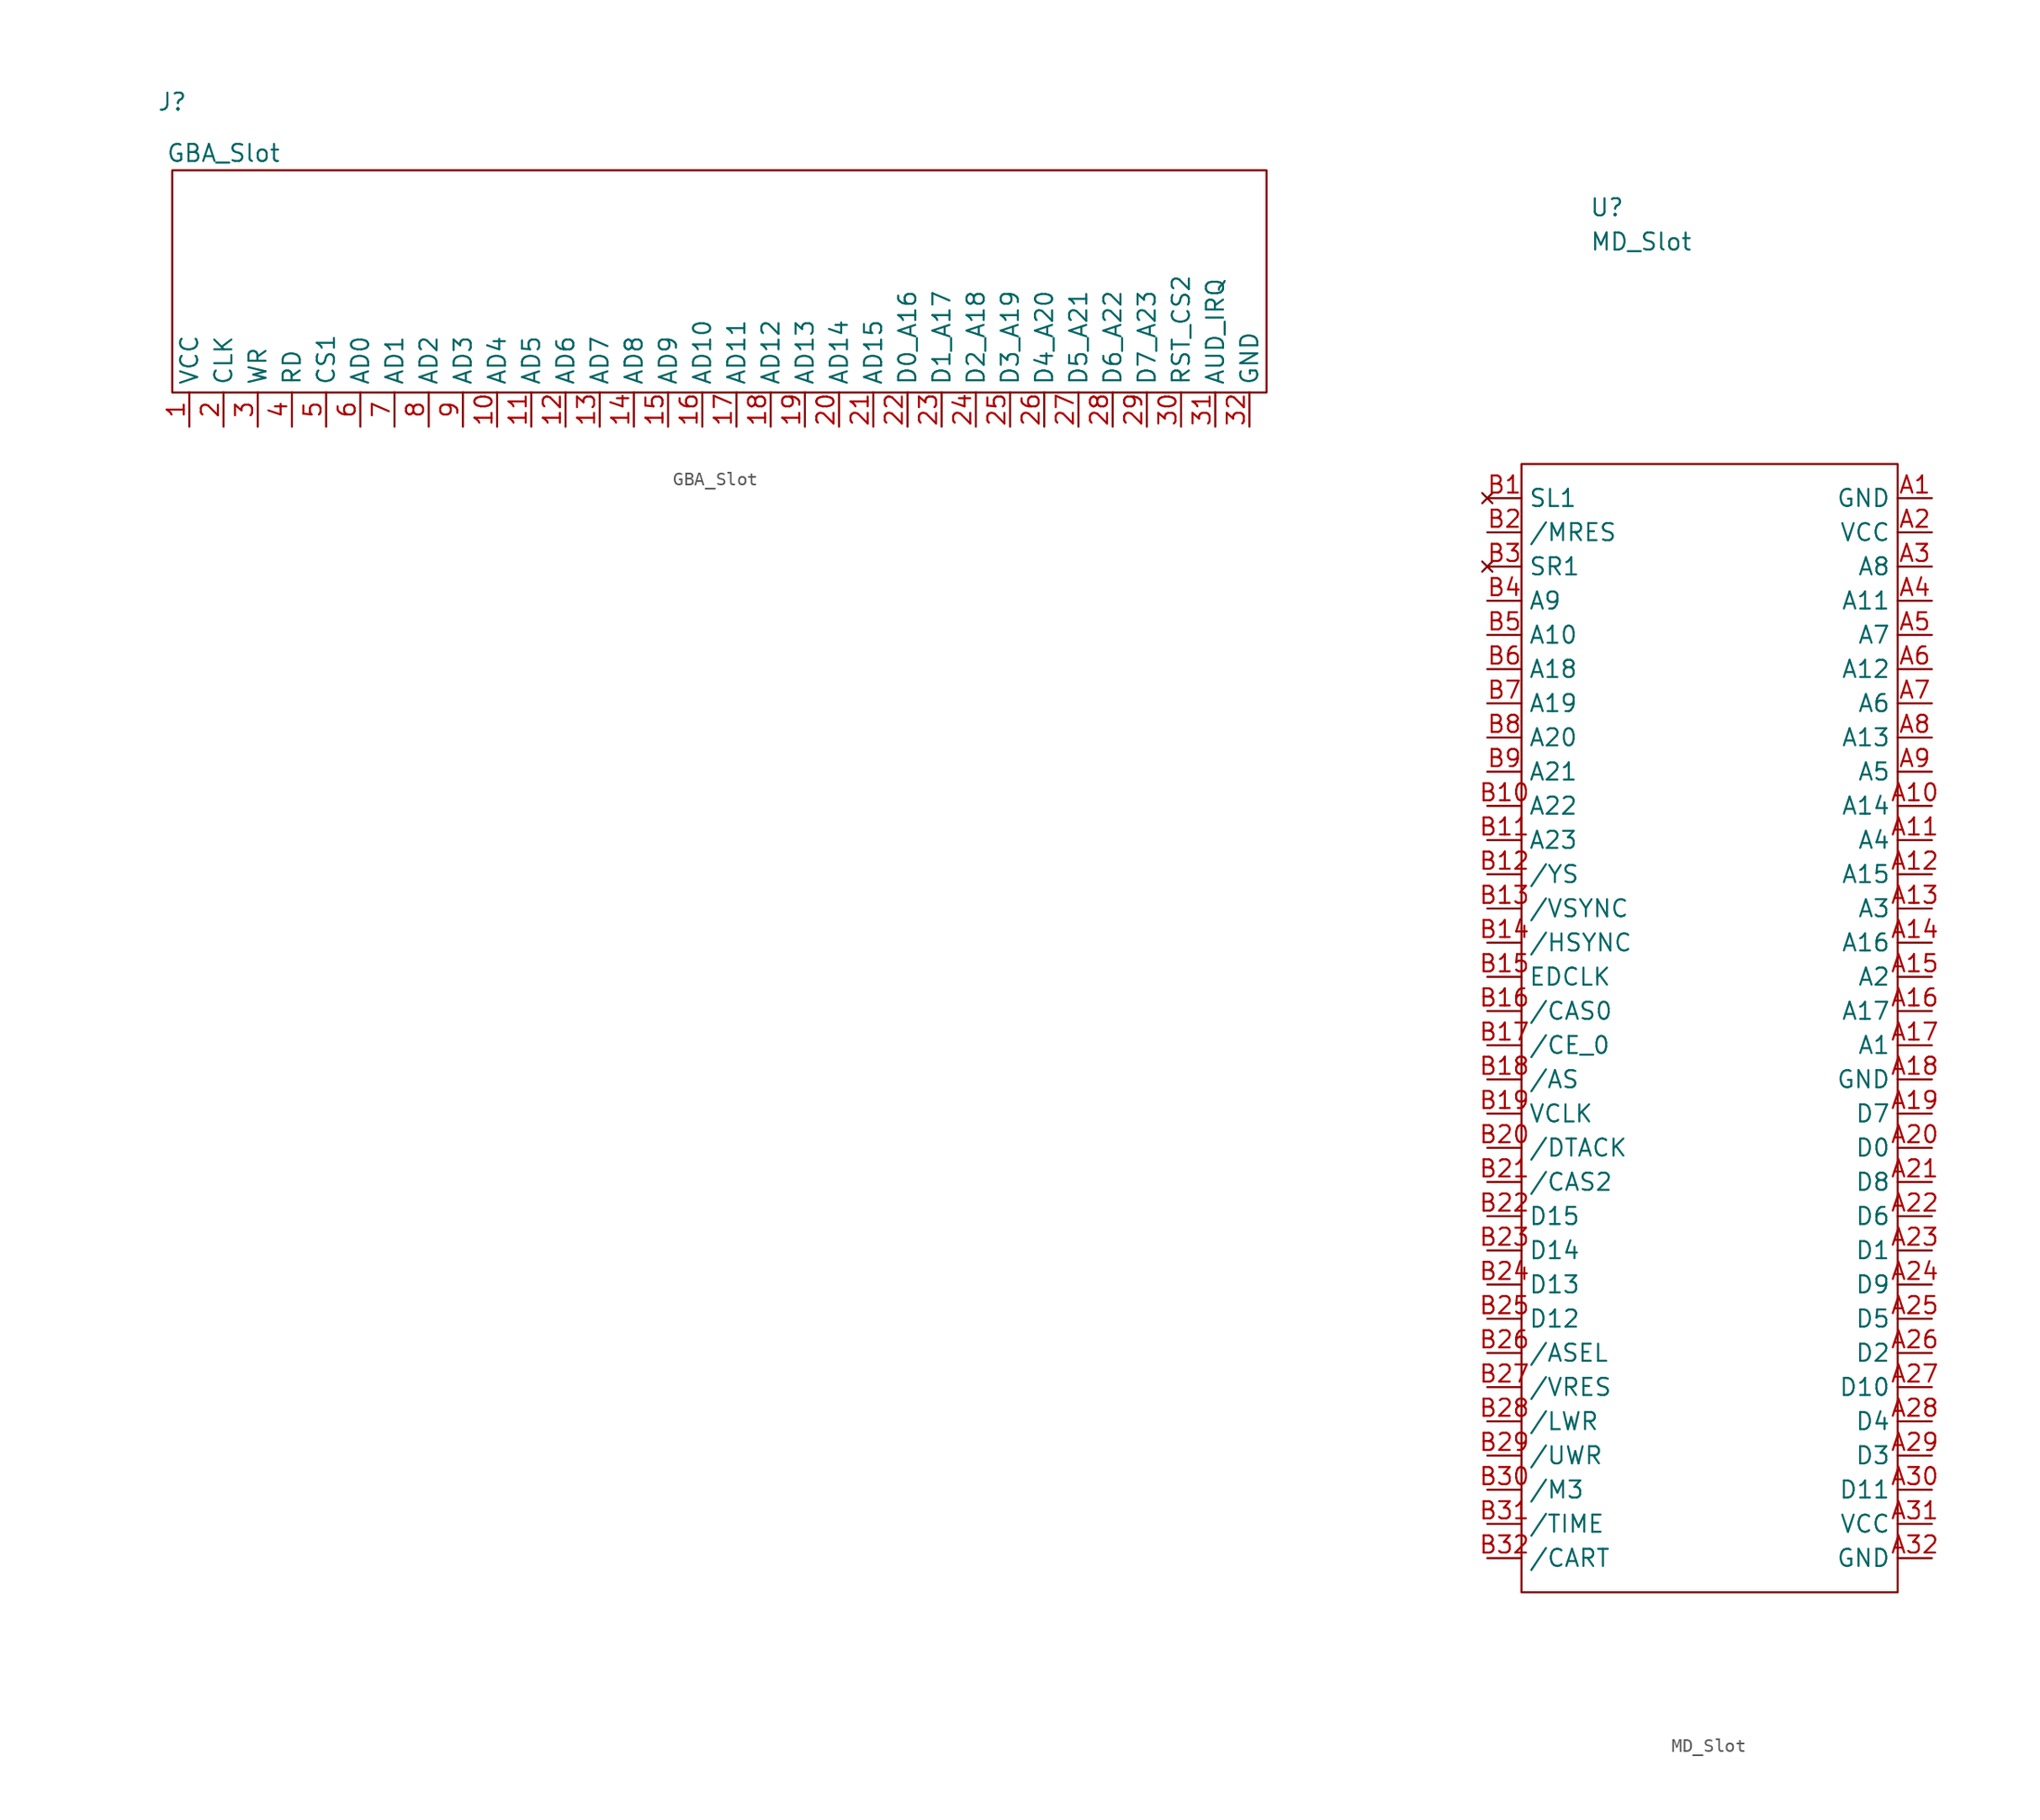
<source format=kicad_sym>
(kicad_symbol_lib
  (version 20211014)
  (generator kicad_symbol_editor)
  (symbol "!OSCR:GBA_Slot"
    (property "Reference" "J"
      (at -39.37 15.24 0)
      (effects (font (size 1.27 1.27))))
    (property "Value" "GBA_Slot"
      (at -35.56 11.43 0)
      (effects (font (size 1.27 1.27))))
    (symbol "GBA_Slot_0_1"
      (rectangle (start 41.91 -6.35) (end -39.37 10.16) (stroke (width 0.152) (type default) (color 0 0 0 0)) (fill (type none))))
    (symbol "GBA_Slot_1_1"
      (pin power_in line (at -38.1 -8.89 90) (length 2.54) (name "VCC" (effects (font (size 1.27 1.27)))) (number "1" (effects (font (size 1.27 1.27)))))
      (pin bidirectional line (at -15.24 -8.89 90) (length 2.54) (name "AD4" (effects (font (size 1.27 1.27)))) (number "10" (effects (font (size 1.27 1.27)))))
      (pin bidirectional line (at -12.7 -8.89 90) (length 2.54) (name "AD5" (effects (font (size 1.27 1.27)))) (number "11" (effects (font (size 1.27 1.27)))))
      (pin bidirectional line (at -10.16 -8.89 90) (length 2.54) (name "AD6" (effects (font (size 1.27 1.27)))) (number "12" (effects (font (size 1.27 1.27)))))
      (pin bidirectional line (at -7.62 -8.89 90) (length 2.54) (name "AD7" (effects (font (size 1.27 1.27)))) (number "13" (effects (font (size 1.27 1.27)))))
      (pin bidirectional line (at -5.08 -8.89 90) (length 2.54) (name "AD8" (effects (font (size 1.27 1.27)))) (number "14" (effects (font (size 1.27 1.27)))))
      (pin bidirectional line (at -2.54 -8.89 90) (length 2.54) (name "AD9" (effects (font (size 1.27 1.27)))) (number "15" (effects (font (size 1.27 1.27)))))
      (pin bidirectional line (at 0 -8.89 90) (length 2.54) (name "AD10" (effects (font (size 1.27 1.27)))) (number "16" (effects (font (size 1.27 1.27)))))
      (pin bidirectional line (at 2.54 -8.89 90) (length 2.54) (name "AD11" (effects (font (size 1.27 1.27)))) (number "17" (effects (font (size 1.27 1.27)))))
      (pin bidirectional line (at 5.08 -8.89 90) (length 2.54) (name "AD12" (effects (font (size 1.27 1.27)))) (number "18" (effects (font (size 1.27 1.27)))))
      (pin bidirectional line (at 7.62 -8.89 90) (length 2.54) (name "AD13" (effects (font (size 1.27 1.27)))) (number "19" (effects (font (size 1.27 1.27)))))
      (pin input line (at -35.56 -8.89 90) (length 2.54) (name "CLK" (effects (font (size 1.27 1.27)))) (number "2" (effects (font (size 1.27 1.27)))))
      (pin bidirectional line (at 10.16 -8.89 90) (length 2.54) (name "AD14" (effects (font (size 1.27 1.27)))) (number "20" (effects (font (size 1.27 1.27)))))
      (pin bidirectional line (at 12.7 -8.89 90) (length 2.54) (name "AD15" (effects (font (size 1.27 1.27)))) (number "21" (effects (font (size 1.27 1.27)))))
      (pin bidirectional line (at 15.24 -8.89 90) (length 2.54) (name "D0_A16" (effects (font (size 1.27 1.27)))) (number "22" (effects (font (size 1.27 1.27)))))
      (pin bidirectional line (at 17.78 -8.89 90) (length 2.54) (name "D1_A17" (effects (font (size 1.27 1.27)))) (number "23" (effects (font (size 1.27 1.27)))))
      (pin bidirectional line (at 20.32 -8.89 90) (length 2.54) (name "D2_A18" (effects (font (size 1.27 1.27)))) (number "24" (effects (font (size 1.27 1.27)))))
      (pin bidirectional line (at 22.86 -8.89 90) (length 2.54) (name "D3_A19" (effects (font (size 1.27 1.27)))) (number "25" (effects (font (size 1.27 1.27)))))
      (pin bidirectional line (at 25.4 -8.89 90) (length 2.54) (name "D4_A20" (effects (font (size 1.27 1.27)))) (number "26" (effects (font (size 1.27 1.27)))))
      (pin bidirectional line (at 27.94 -8.89 90) (length 2.54) (name "D5_A21" (effects (font (size 1.27 1.27)))) (number "27" (effects (font (size 1.27 1.27)))))
      (pin bidirectional line (at 30.48 -8.89 90) (length 2.54) (name "D6_A22" (effects (font (size 1.27 1.27)))) (number "28" (effects (font (size 1.27 1.27)))))
      (pin bidirectional line (at 33.02 -8.89 90) (length 2.54) (name "D7_A23" (effects (font (size 1.27 1.27)))) (number "29" (effects (font (size 1.27 1.27)))))
      (pin input line (at -33.02 -8.89 90) (length 2.54) (name "WR" (effects (font (size 1.27 1.27)))) (number "3" (effects (font (size 1.27 1.27)))))
      (pin input line (at 35.56 -8.89 90) (length 2.54) (name "RST_CS2" (effects (font (size 1.27 1.27)))) (number "30" (effects (font (size 1.27 1.27)))))
      (pin input line (at 38.1 -8.89 90) (length 2.54) (name "AUD_IRQ" (effects (font (size 1.27 1.27)))) (number "31" (effects (font (size 1.27 1.27)))))
      (pin power_in line (at 40.64 -8.89 90) (length 2.54) (name "GND" (effects (font (size 1.27 1.27)))) (number "32" (effects (font (size 1.27 1.27)))))
      (pin input line (at -30.48 -8.89 90) (length 2.54) (name "RD" (effects (font (size 1.27 1.27)))) (number "4" (effects (font (size 1.27 1.27)))))
      (pin input line (at -27.94 -8.89 90) (length 2.54) (name "CS1" (effects (font (size 1.27 1.27)))) (number "5" (effects (font (size 1.27 1.27)))))
      (pin bidirectional line (at -25.4 -8.89 90) (length 2.54) (name "AD0" (effects (font (size 1.27 1.27)))) (number "6" (effects (font (size 1.27 1.27)))))
      (pin bidirectional line (at -22.86 -8.89 90) (length 2.54) (name "AD1" (effects (font (size 1.27 1.27)))) (number "7" (effects (font (size 1.27 1.27)))))
      (pin bidirectional line (at -20.32 -8.89 90) (length 2.54) (name "AD2" (effects (font (size 1.27 1.27)))) (number "8" (effects (font (size 1.27 1.27)))))
      (pin bidirectional line (at -17.78 -8.89 90) (length 2.54) (name "AD3" (effects (font (size 1.27 1.27)))) (number "9" (effects (font (size 1.27 1.27)))))))
  (symbol "!OSCR:MD_Slot"
    (property "Reference" "U"
      (at -1.27 39.37 0)
      (effects (font (size 1.27 1.27))))
    (property "Value" "MD_Slot"
      (at 1.27 36.83 0)
      (effects (font (size 1.27 1.27))))
    (symbol "MD_Slot_0_1"
      (rectangle (start -7.62 20.32) (end 20.32 -63.5) (stroke (width 0.152) (type default) (color 0 0 0 0)) (fill (type none))))
    (symbol "MD_Slot_1_1"
      (pin power_in line (at 22.86 17.78 180) (length 2.54) (name "GND" (effects (font (size 1.27 1.27)))) (number "A1" (effects (font (size 1.27 1.27)))))
      (pin input line (at 22.86 -5.08 180) (length 2.54) (name "A14" (effects (font (size 1.27 1.27)))) (number "A10" (effects (font (size 1.27 1.27)))))
      (pin input line (at 22.86 -7.62 180) (length 2.54) (name "A4" (effects (font (size 1.27 1.27)))) (number "A11" (effects (font (size 1.27 1.27)))))
      (pin input line (at 22.86 -10.16 180) (length 2.54) (name "A15" (effects (font (size 1.27 1.27)))) (number "A12" (effects (font (size 1.27 1.27)))))
      (pin input line (at 22.86 -12.7 180) (length 2.54) (name "A3" (effects (font (size 1.27 1.27)))) (number "A13" (effects (font (size 1.27 1.27)))))
      (pin input line (at 22.86 -15.24 180) (length 2.54) (name "A16" (effects (font (size 1.27 1.27)))) (number "A14" (effects (font (size 1.27 1.27)))))
      (pin input line (at 22.86 -17.78 180) (length 2.54) (name "A2" (effects (font (size 1.27 1.27)))) (number "A15" (effects (font (size 1.27 1.27)))))
      (pin input line (at 22.86 -20.32 180) (length 2.54) (name "A17" (effects (font (size 1.27 1.27)))) (number "A16" (effects (font (size 1.27 1.27)))))
      (pin input line (at 22.86 -22.86 180) (length 2.54) (name "A1" (effects (font (size 1.27 1.27)))) (number "A17" (effects (font (size 1.27 1.27)))))
      (pin power_in line (at 22.86 -25.4 180) (length 2.54) (name "GND" (effects (font (size 1.27 1.27)))) (number "A18" (effects (font (size 1.27 1.27)))))
      (pin bidirectional line (at 22.86 -27.94 180) (length 2.54) (name "D7" (effects (font (size 1.27 1.27)))) (number "A19" (effects (font (size 1.27 1.27)))))
      (pin power_in line (at 22.86 15.24 180) (length 2.54) (name "VCC" (effects (font (size 1.27 1.27)))) (number "A2" (effects (font (size 1.27 1.27)))))
      (pin bidirectional line (at 22.86 -30.48 180) (length 2.54) (name "D0" (effects (font (size 1.27 1.27)))) (number "A20" (effects (font (size 1.27 1.27)))))
      (pin bidirectional line (at 22.86 -33.02 180) (length 2.54) (name "D8" (effects (font (size 1.27 1.27)))) (number "A21" (effects (font (size 1.27 1.27)))))
      (pin bidirectional line (at 22.86 -35.56 180) (length 2.54) (name "D6" (effects (font (size 1.27 1.27)))) (number "A22" (effects (font (size 1.27 1.27)))))
      (pin bidirectional line (at 22.86 -38.1 180) (length 2.54) (name "D1" (effects (font (size 1.27 1.27)))) (number "A23" (effects (font (size 1.27 1.27)))))
      (pin bidirectional line (at 22.86 -40.64 180) (length 2.54) (name "D9" (effects (font (size 1.27 1.27)))) (number "A24" (effects (font (size 1.27 1.27)))))
      (pin bidirectional line (at 22.86 -43.18 180) (length 2.54) (name "D5" (effects (font (size 1.27 1.27)))) (number "A25" (effects (font (size 1.27 1.27)))))
      (pin bidirectional line (at 22.86 -45.72 180) (length 2.54) (name "D2" (effects (font (size 1.27 1.27)))) (number "A26" (effects (font (size 1.27 1.27)))))
      (pin bidirectional line (at 22.86 -48.26 180) (length 2.54) (name "D10" (effects (font (size 1.27 1.27)))) (number "A27" (effects (font (size 1.27 1.27)))))
      (pin bidirectional line (at 22.86 -50.8 180) (length 2.54) (name "D4" (effects (font (size 1.27 1.27)))) (number "A28" (effects (font (size 1.27 1.27)))))
      (pin bidirectional line (at 22.86 -53.34 180) (length 2.54) (name "D3" (effects (font (size 1.27 1.27)))) (number "A29" (effects (font (size 1.27 1.27)))))
      (pin input line (at 22.86 12.7 180) (length 2.54) (name "A8" (effects (font (size 1.27 1.27)))) (number "A3" (effects (font (size 1.27 1.27)))))
      (pin bidirectional line (at 22.86 -55.88 180) (length 2.54) (name "D11" (effects (font (size 1.27 1.27)))) (number "A30" (effects (font (size 1.27 1.27)))))
      (pin power_in line (at 22.86 -58.42 180) (length 2.54) (name "VCC" (effects (font (size 1.27 1.27)))) (number "A31" (effects (font (size 1.27 1.27)))))
      (pin power_in line (at 22.86 -60.96 180) (length 2.54) (name "GND" (effects (font (size 1.27 1.27)))) (number "A32" (effects (font (size 1.27 1.27)))))
      (pin input line (at 22.86 10.16 180) (length 2.54) (name "A11" (effects (font (size 1.27 1.27)))) (number "A4" (effects (font (size 1.27 1.27)))))
      (pin input line (at 22.86 7.62 180) (length 2.54) (name "A7" (effects (font (size 1.27 1.27)))) (number "A5" (effects (font (size 1.27 1.27)))))
      (pin input line (at 22.86 5.08 180) (length 2.54) (name "A12" (effects (font (size 1.27 1.27)))) (number "A6" (effects (font (size 1.27 1.27)))))
      (pin input line (at 22.86 2.54 180) (length 2.54) (name "A6" (effects (font (size 1.27 1.27)))) (number "A7" (effects (font (size 1.27 1.27)))))
      (pin input line (at 22.86 0 180) (length 2.54) (name "A13" (effects (font (size 1.27 1.27)))) (number "A8" (effects (font (size 1.27 1.27)))))
      (pin input line (at 22.86 -2.54 180) (length 2.54) (name "A5" (effects (font (size 1.27 1.27)))) (number "A9" (effects (font (size 1.27 1.27)))))
      (pin no_connect line (at -10.16 17.78 0) (length 2.54) (name "SL1" (effects (font (size 1.27 1.27)))) (number "B1" (effects (font (size 1.27 1.27)))))
      (pin input line (at -10.16 -5.08 0) (length 2.54) (name "A22" (effects (font (size 1.27 1.27)))) (number "B10" (effects (font (size 1.27 1.27)))))
      (pin input line (at -10.16 -7.62 0) (length 2.54) (name "A23" (effects (font (size 1.27 1.27)))) (number "B11" (effects (font (size 1.27 1.27)))))
      (pin input line (at -10.16 -10.16 0) (length 2.54) (name "/YS" (effects (font (size 1.27 1.27)))) (number "B12" (effects (font (size 1.27 1.27)))))
      (pin input line (at -10.16 -12.7 0) (length 2.54) (name "/VSYNC" (effects (font (size 1.27 1.27)))) (number "B13" (effects (font (size 1.27 1.27)))))
      (pin input line (at -10.16 -15.24 0) (length 2.54) (name "/HSYNC" (effects (font (size 1.27 1.27)))) (number "B14" (effects (font (size 1.27 1.27)))))
      (pin input line (at -10.16 -17.78 0) (length 2.54) (name "EDCLK" (effects (font (size 1.27 1.27)))) (number "B15" (effects (font (size 1.27 1.27)))))
      (pin input line (at -10.16 -20.32 0) (length 2.54) (name "/CAS0" (effects (font (size 1.27 1.27)))) (number "B16" (effects (font (size 1.27 1.27)))))
      (pin input line (at -10.16 -22.86 0) (length 2.54) (name "/CE_0" (effects (font (size 1.27 1.27)))) (number "B17" (effects (font (size 1.27 1.27)))))
      (pin input line (at -10.16 -25.4 0) (length 2.54) (name "/AS" (effects (font (size 1.27 1.27)))) (number "B18" (effects (font (size 1.27 1.27)))))
      (pin input line (at -10.16 -27.94 0) (length 2.54) (name "VCLK" (effects (font (size 1.27 1.27)))) (number "B19" (effects (font (size 1.27 1.27)))))
      (pin input line (at -10.16 15.24 0) (length 2.54) (name "/MRES" (effects (font (size 1.27 1.27)))) (number "B2" (effects (font (size 1.27 1.27)))))
      (pin input line (at -10.16 -30.48 0) (length 2.54) (name "/DTACK" (effects (font (size 1.27 1.27)))) (number "B20" (effects (font (size 1.27 1.27)))))
      (pin input line (at -10.16 -33.02 0) (length 2.54) (name "/CAS2" (effects (font (size 1.27 1.27)))) (number "B21" (effects (font (size 1.27 1.27)))))
      (pin bidirectional line (at -10.16 -35.56 0) (length 2.54) (name "D15" (effects (font (size 1.27 1.27)))) (number "B22" (effects (font (size 1.27 1.27)))))
      (pin bidirectional line (at -10.16 -38.1 0) (length 2.54) (name "D14" (effects (font (size 1.27 1.27)))) (number "B23" (effects (font (size 1.27 1.27)))))
      (pin bidirectional line (at -10.16 -40.64 0) (length 2.54) (name "D13" (effects (font (size 1.27 1.27)))) (number "B24" (effects (font (size 1.27 1.27)))))
      (pin bidirectional line (at -10.16 -43.18 0) (length 2.54) (name "D12" (effects (font (size 1.27 1.27)))) (number "B25" (effects (font (size 1.27 1.27)))))
      (pin input line (at -10.16 -45.72 0) (length 2.54) (name "/ASEL" (effects (font (size 1.27 1.27)))) (number "B26" (effects (font (size 1.27 1.27)))))
      (pin input line (at -10.16 -48.26 0) (length 2.54) (name "/VRES" (effects (font (size 1.27 1.27)))) (number "B27" (effects (font (size 1.27 1.27)))))
      (pin input line (at -10.16 -50.8 0) (length 2.54) (name "/LWR" (effects (font (size 1.27 1.27)))) (number "B28" (effects (font (size 1.27 1.27)))))
      (pin input line (at -10.16 -53.34 0) (length 2.54) (name "/UWR" (effects (font (size 1.27 1.27)))) (number "B29" (effects (font (size 1.27 1.27)))))
      (pin no_connect line (at -10.16 12.7 0) (length 2.54) (name "SR1" (effects (font (size 1.27 1.27)))) (number "B3" (effects (font (size 1.27 1.27)))))
      (pin input line (at -10.16 -55.88 0) (length 2.54) (name "/M3" (effects (font (size 1.27 1.27)))) (number "B30" (effects (font (size 1.27 1.27)))))
      (pin input line (at -10.16 -58.42 0) (length 2.54) (name "/TIME" (effects (font (size 1.27 1.27)))) (number "B31" (effects (font (size 1.27 1.27)))))
      (pin input line (at -10.16 -60.96 0) (length 2.54) (name "/CART" (effects (font (size 1.27 1.27)))) (number "B32" (effects (font (size 1.27 1.27)))))
      (pin input line (at -10.16 10.16 0) (length 2.54) (name "A9" (effects (font (size 1.27 1.27)))) (number "B4" (effects (font (size 1.27 1.27)))))
      (pin input line (at -10.16 7.62 0) (length 2.54) (name "A10" (effects (font (size 1.27 1.27)))) (number "B5" (effects (font (size 1.27 1.27)))))
      (pin input line (at -10.16 5.08 0) (length 2.54) (name "A18" (effects (font (size 1.27 1.27)))) (number "B6" (effects (font (size 1.27 1.27)))))
      (pin input line (at -10.16 2.54 0) (length 2.54) (name "A19" (effects (font (size 1.27 1.27)))) (number "B7" (effects (font (size 1.27 1.27)))))
      (pin input line (at -10.16 0 0) (length 2.54) (name "A20" (effects (font (size 1.27 1.27)))) (number "B8" (effects (font (size 1.27 1.27)))))
      (pin input line (at -10.16 -2.54 0) (length 2.54) (name "A21" (effects (font (size 1.27 1.27)))) (number "B9" (effects (font (size 1.27 1.27))))))))
</source>
